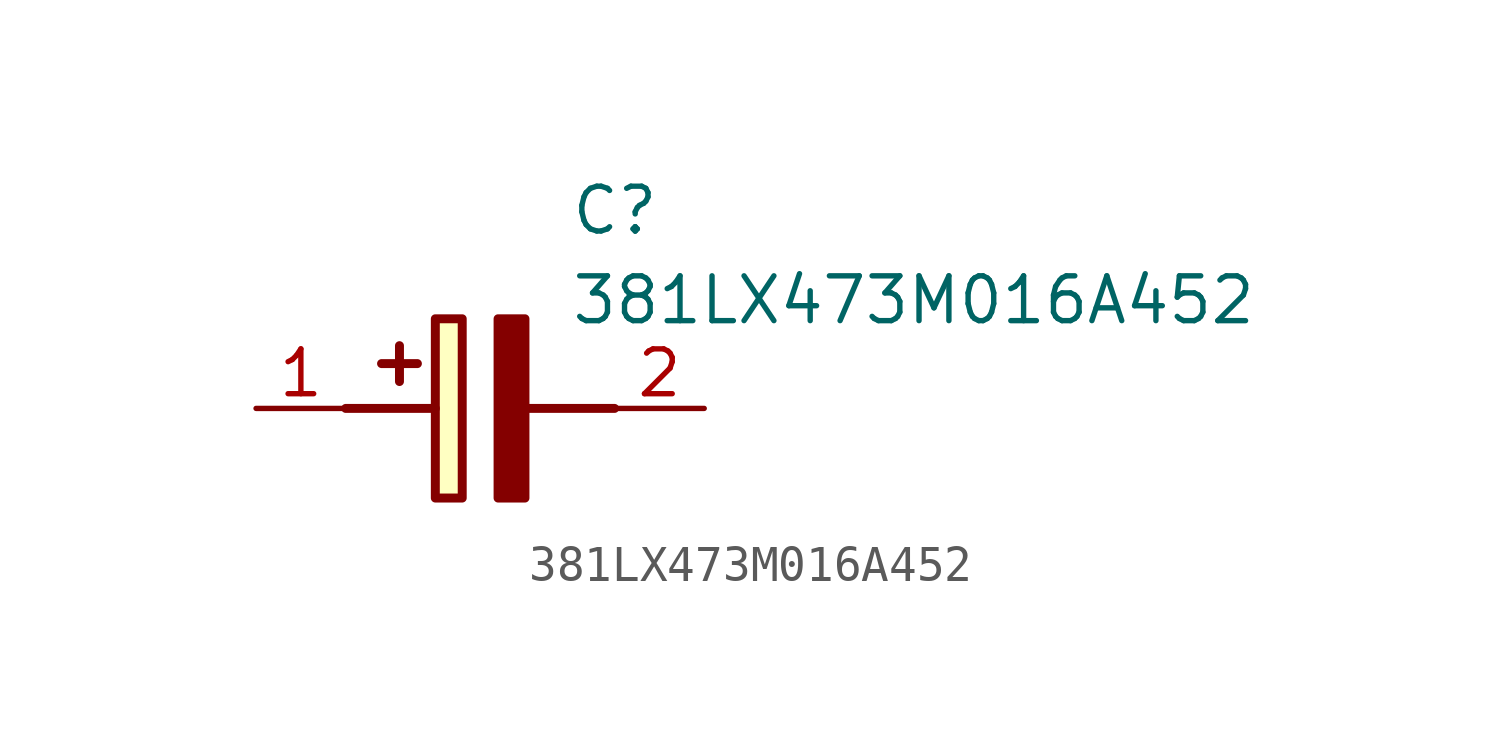
<source format=kicad_sym>
(kicad_symbol_lib
  (version 20211014)
  (generator SamacSys_ECAD_Model)
  (symbol "381LX473M016A452"
    (pin_names hide)
    (property "Reference" "C"
      (at 8.89 6.35 0)
      (effects (font (size 1.27 1.27)) (justify left top)))
    (property "Value" "381LX473M016A452"
      (at 8.89 3.81 0)
      (effects (font (size 1.27 1.27)) (justify left top)))
    (rectangle
      (start 5.08 2.54)
      (end 5.842 -2.54)
      (stroke (width 0.254) (type default))
      (fill (type background)))
    (polyline
      (pts (xy 4.572 1.27) (xy 3.556 1.27))
      (stroke (width 0.254) (type default))
      (fill (type none)))
    (polyline
      (pts (xy 4.064 1.778) (xy 4.064 0.762))
      (stroke (width 0.254) (type default))
      (fill (type none)))
    (polyline
      (pts (xy 2.54 0) (xy 5.08 0))
      (stroke (width 0.254) (type default))
      (fill (type none)))
    (polyline
      (pts (xy 7.62 0) (xy 10.16 0))
      (stroke (width 0.254) (type default))
      (fill (type none)))
    (polyline
      (pts (xy 7.62 2.54) (xy 7.62 -2.54) (xy 6.858 -2.54) (xy 6.858 2.54) (xy 7.62 2.54))
      (stroke (width 0.254) (type default))
      (fill (type outline)))
    (pin passive line
      (at 0 0 0)
      (length 2.54)
      (name "+" (effects (font (size 1.27 1.27))))
      (number "1" (effects (font (size 1.27 1.27)))))
    (pin passive line
      (at 12.7 0 180)
      (length 2.54)
      (name "-" (effects (font (size 1.27 1.27))))
      (number "2" (effects (font (size 1.27 1.27)))))))
</source>
